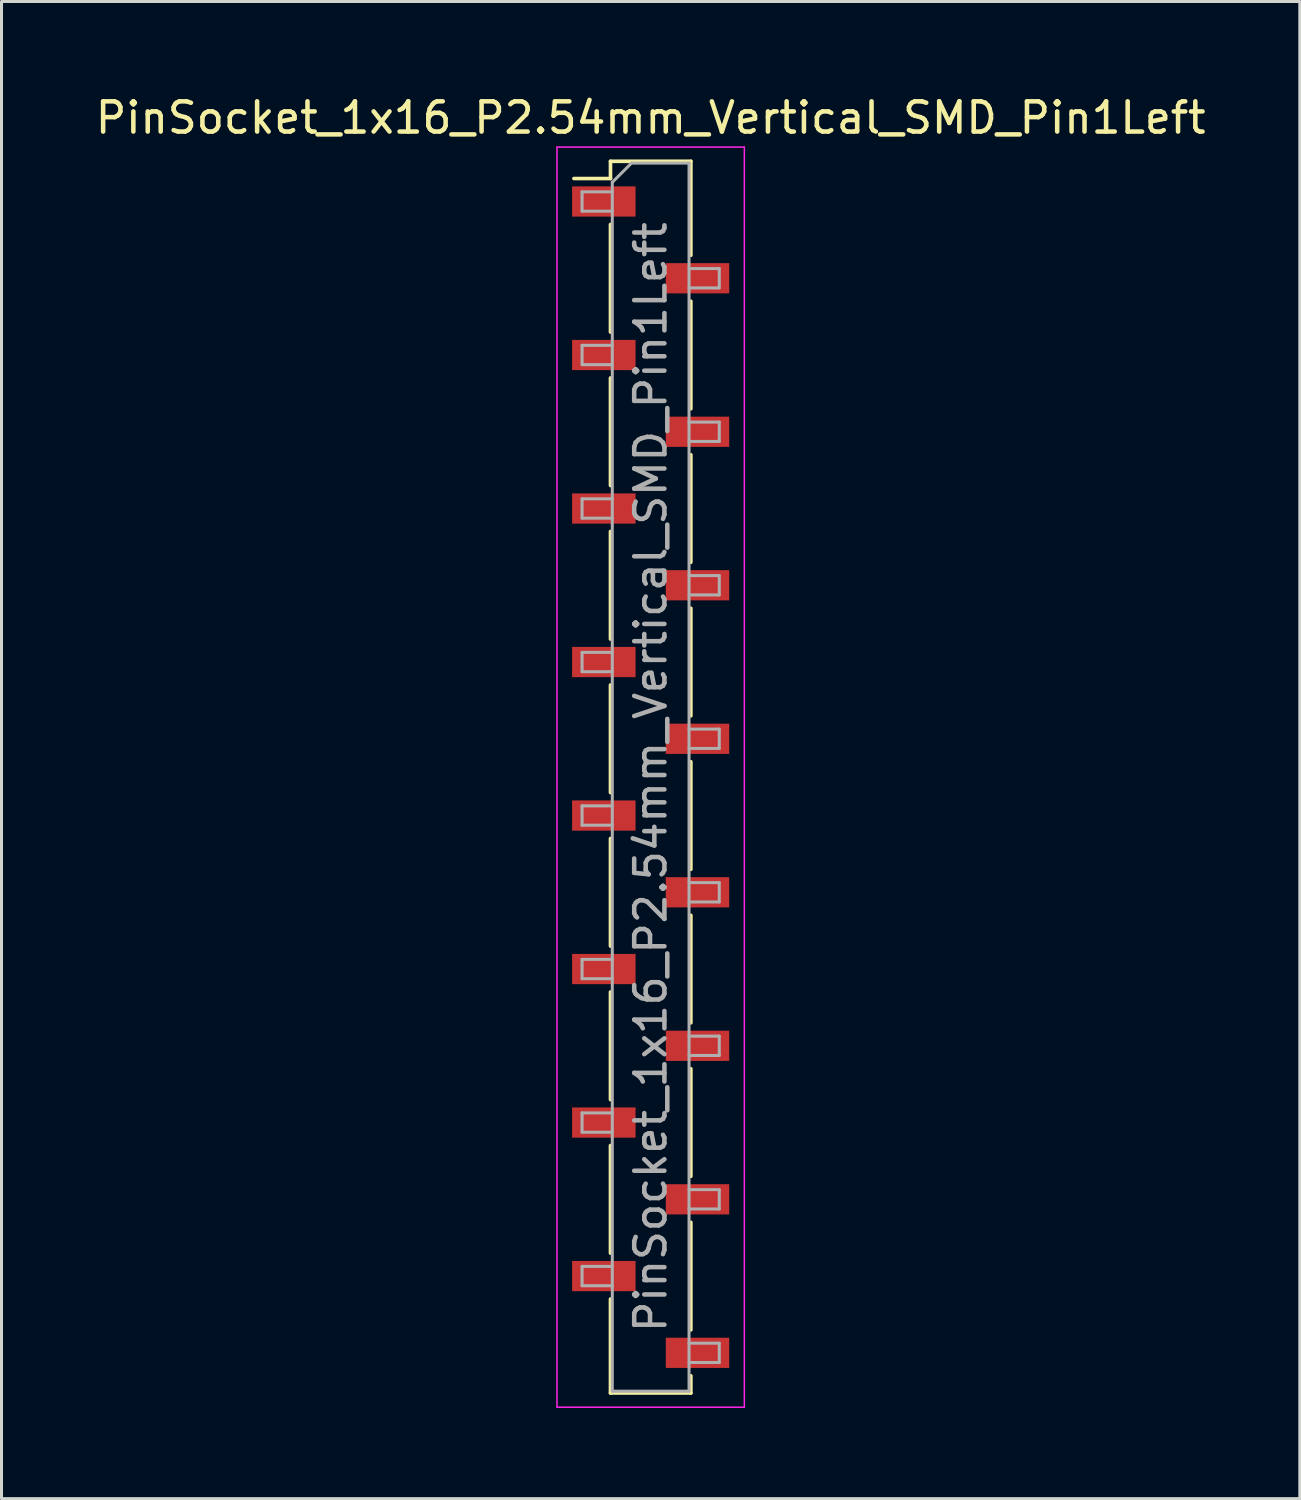
<source format=kicad_pcb>
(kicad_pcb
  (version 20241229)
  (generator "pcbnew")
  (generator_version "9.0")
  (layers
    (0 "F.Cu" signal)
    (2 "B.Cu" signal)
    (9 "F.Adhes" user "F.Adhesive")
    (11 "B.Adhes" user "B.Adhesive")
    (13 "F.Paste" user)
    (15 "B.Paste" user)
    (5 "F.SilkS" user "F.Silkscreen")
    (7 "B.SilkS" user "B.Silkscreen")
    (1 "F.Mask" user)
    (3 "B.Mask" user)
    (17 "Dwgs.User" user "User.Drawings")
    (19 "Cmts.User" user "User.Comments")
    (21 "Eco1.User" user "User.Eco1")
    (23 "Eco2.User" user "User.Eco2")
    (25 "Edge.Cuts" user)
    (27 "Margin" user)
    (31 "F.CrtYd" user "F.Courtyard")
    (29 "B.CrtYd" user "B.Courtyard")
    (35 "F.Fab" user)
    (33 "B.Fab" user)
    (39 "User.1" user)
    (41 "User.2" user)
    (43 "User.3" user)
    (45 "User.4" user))
  (footprint "PinSocket_1x16_P2.54mm_Vertical_SMD_Pin1Left"
    (layer "F.Cu")
    (at 18.482 22.668)
    (property "Reference" "PinSocket_1x16_P2.54mm_Vertical_SMD_Pin1Left" (at 0 -21.82 0) (layer "F.SilkS") (effects (font (size 1 1) (thickness 0.15))))
    (attr smd)
    (fp_line (start -2.54 -19.81) (end -1.33 -19.81) (stroke (width 0.12) (type solid)) (layer "F.SilkS"))
    (fp_line (start -1.33 -20.38) (end -1.33 -19.81) (stroke (width 0.12) (type solid)) (layer "F.SilkS"))
    (fp_line (start -1.33 -20.38) (end 1.33 -20.38) (stroke (width 0.12) (type solid)) (layer "F.SilkS"))
    (fp_line (start -1.33 -18.29) (end -1.33 -14.73) (stroke (width 0.12) (type solid)) (layer "F.SilkS"))
    (fp_line (start -1.33 -13.21) (end -1.33 -9.65) (stroke (width 0.12) (type solid)) (layer "F.SilkS"))
    (fp_line (start -1.33 -8.13) (end -1.33 -4.57) (stroke (width 0.12) (type solid)) (layer "F.SilkS"))
    (fp_line (start -1.33 -3.05) (end -1.33 0.51) (stroke (width 0.12) (type solid)) (layer "F.SilkS"))
    (fp_line (start -1.33 2.03) (end -1.33 5.59) (stroke (width 0.12) (type solid)) (layer "F.SilkS"))
    (fp_line (start -1.33 7.11) (end -1.33 10.67) (stroke (width 0.12) (type solid)) (layer "F.SilkS"))
    (fp_line (start -1.33 12.19) (end -1.33 15.75) (stroke (width 0.12) (type solid)) (layer "F.SilkS"))
    (fp_line (start -1.33 17.27) (end -1.33 20.38) (stroke (width 0.12) (type solid)) (layer "F.SilkS"))
    (fp_line (start -1.33 20.38) (end 1.33 20.38) (stroke (width 0.12) (type solid)) (layer "F.SilkS"))
    (fp_line (start 1.33 -20.38) (end 1.33 -17.27) (stroke (width 0.12) (type solid)) (layer "F.SilkS"))
    (fp_line (start 1.33 -15.75) (end 1.33 -12.19) (stroke (width 0.12) (type solid)) (layer "F.SilkS"))
    (fp_line (start 1.33 -10.67) (end 1.33 -7.11) (stroke (width 0.12) (type solid)) (layer "F.SilkS"))
    (fp_line (start 1.33 -5.59) (end 1.33 -2.03) (stroke (width 0.12) (type solid)) (layer "F.SilkS"))
    (fp_line (start 1.33 -0.51) (end 1.33 3.05) (stroke (width 0.12) (type solid)) (layer "F.SilkS"))
    (fp_line (start 1.33 4.57) (end 1.33 8.13) (stroke (width 0.12) (type solid)) (layer "F.SilkS"))
    (fp_line (start 1.33 9.65) (end 1.33 13.21) (stroke (width 0.12) (type solid)) (layer "F.SilkS"))
    (fp_line (start 1.33 14.73) (end 1.33 18.29) (stroke (width 0.12) (type solid)) (layer "F.SilkS"))
    (fp_line (start 1.33 19.81) (end 1.33 20.38) (stroke (width 0.12) (type solid)) (layer "F.SilkS"))
    (fp_line (start -3.1 -20.85) (end 3.1 -20.85) (stroke (width 0.05) (type solid)) (layer "F.CrtYd"))
    (fp_line (start -3.1 20.85) (end -3.1 -20.85) (stroke (width 0.05) (type solid)) (layer "F.CrtYd"))
    (fp_line (start 3.1 -20.85) (end 3.1 20.85) (stroke (width 0.05) (type solid)) (layer "F.CrtYd"))
    (fp_line (start 3.1 20.85) (end -3.1 20.85) (stroke (width 0.05) (type solid)) (layer "F.CrtYd"))
    (fp_line (start -2.27 -19.37) (end -1.27 -19.37) (stroke (width 0.1) (type solid)) (layer "F.Fab"))
    (fp_line (start -2.27 -18.73) (end -2.27 -19.37) (stroke (width 0.1) (type solid)) (layer "F.Fab"))
    (fp_line (start -2.27 -14.29) (end -1.27 -14.29) (stroke (width 0.1) (type solid)) (layer "F.Fab"))
    (fp_line (start -2.27 -13.65) (end -2.27 -14.29) (stroke (width 0.1) (type solid)) (layer "F.Fab"))
    (fp_line (start -2.27 -9.21) (end -1.27 -9.21) (stroke (width 0.1) (type solid)) (layer "F.Fab"))
    (fp_line (start -2.27 -8.57) (end -2.27 -9.21) (stroke (width 0.1) (type solid)) (layer "F.Fab"))
    (fp_line (start -2.27 -4.13) (end -1.27 -4.13) (stroke (width 0.1) (type solid)) (layer "F.Fab"))
    (fp_line (start -2.27 -3.49) (end -2.27 -4.13) (stroke (width 0.1) (type solid)) (layer "F.Fab"))
    (fp_line (start -2.27 0.95) (end -1.27 0.95) (stroke (width 0.1) (type solid)) (layer "F.Fab"))
    (fp_line (start -2.27 1.59) (end -2.27 0.95) (stroke (width 0.1) (type solid)) (layer "F.Fab"))
    (fp_line (start -2.27 6.03) (end -1.27 6.03) (stroke (width 0.1) (type solid)) (layer "F.Fab"))
    (fp_line (start -2.27 6.67) (end -2.27 6.03) (stroke (width 0.1) (type solid)) (layer "F.Fab"))
    (fp_line (start -2.27 11.11) (end -1.27 11.11) (stroke (width 0.1) (type solid)) (layer "F.Fab"))
    (fp_line (start -2.27 11.75) (end -2.27 11.11) (stroke (width 0.1) (type solid)) (layer "F.Fab"))
    (fp_line (start -2.27 16.19) (end -1.27 16.19) (stroke (width 0.1) (type solid)) (layer "F.Fab"))
    (fp_line (start -2.27 16.83) (end -2.27 16.19) (stroke (width 0.1) (type solid)) (layer "F.Fab"))
    (fp_line (start -1.27 -19.685) (end -0.635 -20.32) (stroke (width 0.1) (type solid)) (layer "F.Fab"))
    (fp_line (start -1.27 -18.73) (end -2.27 -18.73) (stroke (width 0.1) (type solid)) (layer "F.Fab"))
    (fp_line (start -1.27 -13.65) (end -2.27 -13.65) (stroke (width 0.1) (type solid)) (layer "F.Fab"))
    (fp_line (start -1.27 -8.57) (end -2.27 -8.57) (stroke (width 0.1) (type solid)) (layer "F.Fab"))
    (fp_line (start -1.27 -3.49) (end -2.27 -3.49) (stroke (width 0.1) (type solid)) (layer "F.Fab"))
    (fp_line (start -1.27 1.59) (end -2.27 1.59) (stroke (width 0.1) (type solid)) (layer "F.Fab"))
    (fp_line (start -1.27 6.67) (end -2.27 6.67) (stroke (width 0.1) (type solid)) (layer "F.Fab"))
    (fp_line (start -1.27 11.75) (end -2.27 11.75) (stroke (width 0.1) (type solid)) (layer "F.Fab"))
    (fp_line (start -1.27 16.83) (end -2.27 16.83) (stroke (width 0.1) (type solid)) (layer "F.Fab"))
    (fp_line (start -1.27 20.32) (end -1.27 -19.685) (stroke (width 0.1) (type solid)) (layer "F.Fab"))
    (fp_line (start -0.635 -20.32) (end 1.27 -20.32) (stroke (width 0.1) (type solid)) (layer "F.Fab"))
    (fp_line (start 1.27 -20.32) (end 1.27 20.32) (stroke (width 0.1) (type solid)) (layer "F.Fab"))
    (fp_line (start 1.27 -16.83) (end 2.27 -16.83) (stroke (width 0.1) (type solid)) (layer "F.Fab"))
    (fp_line (start 1.27 -11.75) (end 2.27 -11.75) (stroke (width 0.1) (type solid)) (layer "F.Fab"))
    (fp_line (start 1.27 -6.67) (end 2.27 -6.67) (stroke (width 0.1) (type solid)) (layer "F.Fab"))
    (fp_line (start 1.27 -1.59) (end 2.27 -1.59) (stroke (width 0.1) (type solid)) (layer "F.Fab"))
    (fp_line (start 1.27 3.49) (end 2.27 3.49) (stroke (width 0.1) (type solid)) (layer "F.Fab"))
    (fp_line (start 1.27 8.57) (end 2.27 8.57) (stroke (width 0.1) (type solid)) (layer "F.Fab"))
    (fp_line (start 1.27 13.65) (end 2.27 13.65) (stroke (width 0.1) (type solid)) (layer "F.Fab"))
    (fp_line (start 1.27 18.73) (end 2.27 18.73) (stroke (width 0.1) (type solid)) (layer "F.Fab"))
    (fp_line (start 1.27 20.32) (end -1.27 20.32) (stroke (width 0.1) (type solid)) (layer "F.Fab"))
    (fp_line (start 2.27 -16.83) (end 2.27 -16.19) (stroke (width 0.1) (type solid)) (layer "F.Fab"))
    (fp_line (start 2.27 -16.19) (end 1.27 -16.19) (stroke (width 0.1) (type solid)) (layer "F.Fab"))
    (fp_line (start 2.27 -11.75) (end 2.27 -11.11) (stroke (width 0.1) (type solid)) (layer "F.Fab"))
    (fp_line (start 2.27 -11.11) (end 1.27 -11.11) (stroke (width 0.1) (type solid)) (layer "F.Fab"))
    (fp_line (start 2.27 -6.67) (end 2.27 -6.03) (stroke (width 0.1) (type solid)) (layer "F.Fab"))
    (fp_line (start 2.27 -6.03) (end 1.27 -6.03) (stroke (width 0.1) (type solid)) (layer "F.Fab"))
    (fp_line (start 2.27 -1.59) (end 2.27 -0.95) (stroke (width 0.1) (type solid)) (layer "F.Fab"))
    (fp_line (start 2.27 -0.95) (end 1.27 -0.95) (stroke (width 0.1) (type solid)) (layer "F.Fab"))
    (fp_line (start 2.27 3.49) (end 2.27 4.13) (stroke (width 0.1) (type solid)) (layer "F.Fab"))
    (fp_line (start 2.27 4.13) (end 1.27 4.13) (stroke (width 0.1) (type solid)) (layer "F.Fab"))
    (fp_line (start 2.27 8.57) (end 2.27 9.21) (stroke (width 0.1) (type solid)) (layer "F.Fab"))
    (fp_line (start 2.27 9.21) (end 1.27 9.21) (stroke (width 0.1) (type solid)) (layer "F.Fab"))
    (fp_line (start 2.27 13.65) (end 2.27 14.29) (stroke (width 0.1) (type solid)) (layer "F.Fab"))
    (fp_line (start 2.27 14.29) (end 1.27 14.29) (stroke (width 0.1) (type solid)) (layer "F.Fab"))
    (fp_line (start 2.27 18.73) (end 2.27 19.37) (stroke (width 0.1) (type solid)) (layer "F.Fab"))
    (fp_line (start 2.27 19.37) (end 1.27 19.37) (stroke (width 0.1) (type solid)) (layer "F.Fab"))
    (fp_text user "${REFERENCE}" (at 0 0 90) (layer "F.Fab") (effects (font (size 1 1) (thickness 0.15))))
    (pad "1" smd rect (at -1.55 -19.05) (size 2.1 1) (layers "F.Cu" "F.Mask" "F.Paste"))
    (pad "2" smd rect (at 1.55 -16.51) (size 2.1 1) (layers "F.Cu" "F.Mask" "F.Paste"))
    (pad "3" smd rect (at -1.55 -13.97) (size 2.1 1) (layers "F.Cu" "F.Mask" "F.Paste"))
    (pad "4" smd rect (at 1.55 -11.43) (size 2.1 1) (layers "F.Cu" "F.Mask" "F.Paste"))
    (pad "5" smd rect (at -1.55 -8.89) (size 2.1 1) (layers "F.Cu" "F.Mask" "F.Paste"))
    (pad "6" smd rect (at 1.55 -6.35) (size 2.1 1) (layers "F.Cu" "F.Mask" "F.Paste"))
    (pad "7" smd rect (at -1.55 -3.81) (size 2.1 1) (layers "F.Cu" "F.Mask" "F.Paste"))
    (pad "8" smd rect (at 1.55 -1.27) (size 2.1 1) (layers "F.Cu" "F.Mask" "F.Paste"))
    (pad "9" smd rect (at -1.55 1.27) (size 2.1 1) (layers "F.Cu" "F.Mask" "F.Paste"))
    (pad "10" smd rect (at 1.55 3.81) (size 2.1 1) (layers "F.Cu" "F.Mask" "F.Paste"))
    (pad "11" smd rect (at -1.55 6.35) (size 2.1 1) (layers "F.Cu" "F.Mask" "F.Paste"))
    (pad "12" smd rect (at 1.55 8.89) (size 2.1 1) (layers "F.Cu" "F.Mask" "F.Paste"))
    (pad "13" smd rect (at -1.55 11.43) (size 2.1 1) (layers "F.Cu" "F.Mask" "F.Paste"))
    (pad "14" smd rect (at 1.55 13.97) (size 2.1 1) (layers "F.Cu" "F.Mask" "F.Paste"))
    (pad "15" smd rect (at -1.55 16.51) (size 2.1 1) (layers "F.Cu" "F.Mask" "F.Paste"))
    (pad "16" smd rect (at 1.55 19.05) (size 2.1 1) (layers "F.Cu" "F.Mask" "F.Paste")))
  (gr_rect
    (start -3 -3)
    (end 39.964 46.543)
    (stroke (width 0.1) (type default))
    (fill no)
    (layer "Edge.Cuts")))
</source>
